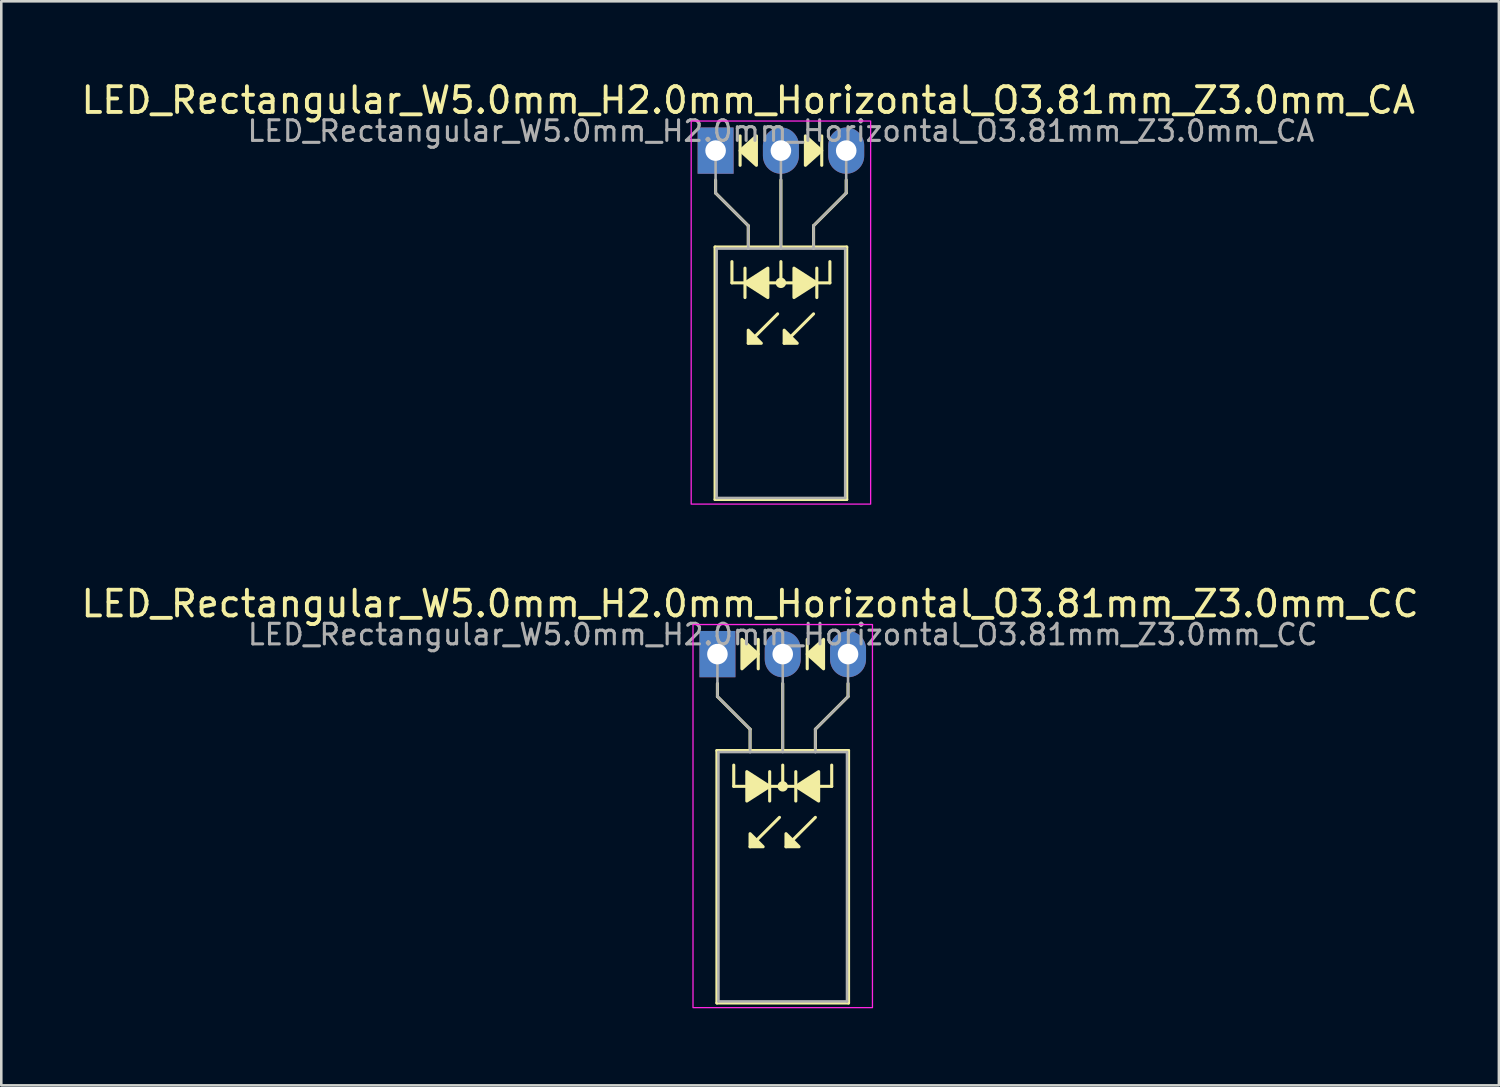
<source format=kicad_pcb>
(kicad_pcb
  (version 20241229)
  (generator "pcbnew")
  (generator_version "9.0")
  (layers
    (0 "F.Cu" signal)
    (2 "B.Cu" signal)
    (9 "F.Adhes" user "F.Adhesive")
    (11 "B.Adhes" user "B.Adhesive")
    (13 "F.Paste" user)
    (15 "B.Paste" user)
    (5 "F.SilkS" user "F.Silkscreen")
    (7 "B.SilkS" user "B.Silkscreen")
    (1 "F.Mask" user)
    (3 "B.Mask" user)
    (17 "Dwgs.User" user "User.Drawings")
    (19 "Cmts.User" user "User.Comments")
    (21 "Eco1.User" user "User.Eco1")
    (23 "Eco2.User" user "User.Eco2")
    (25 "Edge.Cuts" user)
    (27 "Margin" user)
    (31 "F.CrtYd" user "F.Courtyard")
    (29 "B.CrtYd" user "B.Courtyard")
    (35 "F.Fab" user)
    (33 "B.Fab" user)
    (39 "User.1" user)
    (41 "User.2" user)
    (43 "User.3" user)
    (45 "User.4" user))
  (footprint "LED_Rectangular_W5.0mm_H2.0mm_Horizontal_O3.81mm_Z3.0mm_CA"
    (layer "F.Cu")
    (at 24.784 2.808)
    (property "Reference" "LED_Rectangular_W5.0mm_H2.0mm_Horizontal_O3.81mm_Z3.0mm_CA" (at 1.27 -1.96 0) (layer "F.SilkS") (effects (font (size 1 1) (thickness 0.15))))
    (fp_line (start -0.02 3.75) (end -0.02 13.57) (stroke (width 0.12) (type solid)) (layer "F.SilkS"))
    (fp_line (start -0.02 13.57) (end 5.1 13.57) (stroke (width 0.12) (type solid)) (layer "F.SilkS"))
    (fp_line (start 0 1.143) (end 0 1.651) (stroke (width 0.12) (type default)) (layer "F.SilkS"))
    (fp_line (start 0 1.651) (end 1.27 2.921) (stroke (width 0.12) (type default)) (layer "F.SilkS"))
    (fp_line (start 0.635 5.144) (end 0.635 4.318) (stroke (width 0.12) (type default)) (layer "F.SilkS"))
    (fp_line (start 0.635 5.144) (end 4.445 5.144) (stroke (width 0.12) (type default)) (layer "F.SilkS"))
    (fp_line (start 0.953 -0.572) (end 0.953 0.572) (stroke (width 0.12) (type solid)) (layer "F.SilkS"))
    (fp_line (start 1.143 4.572) (end 1.143 5.715) (stroke (width 0.12) (type solid)) (layer "F.SilkS"))
    (fp_line (start 1.27 2.921) (end 1.27 3.75) (stroke (width 0.12) (type default)) (layer "F.SilkS"))
    (fp_line (start 1.27 3.75) (end 1.27 3.75) (stroke (width 0.12) (type solid)) (layer "F.SilkS"))
    (fp_line (start 2.413 6.35) (end 1.27 7.493) (stroke (width 0.12) (type solid)) (layer "F.SilkS"))
    (fp_line (start 2.54 3.75) (end 2.54 1.143) (stroke (width 0.12) (type default)) (layer "F.SilkS"))
    (fp_line (start 2.54 5.144) (end 2.54 4.318) (stroke (width 0.12) (type default)) (layer "F.SilkS"))
    (fp_line (start 3.81 2.921) (end 3.81 3.75) (stroke (width 0.12) (type default)) (layer "F.SilkS"))
    (fp_line (start 3.81 3.75) (end 3.81 3.75) (stroke (width 0.12) (type solid)) (layer "F.SilkS"))
    (fp_line (start 3.81 6.35) (end 2.667 7.493) (stroke (width 0.12) (type solid)) (layer "F.SilkS"))
    (fp_line (start 3.937 5.715) (end 3.937 4.572) (stroke (width 0.12) (type solid)) (layer "F.SilkS"))
    (fp_line (start 4.128 0.572) (end 4.128 -0.572) (stroke (width 0.12) (type solid)) (layer "F.SilkS"))
    (fp_line (start 4.445 5.144) (end 4.445 4.318) (stroke (width 0.12) (type default)) (layer "F.SilkS"))
    (fp_line (start 5.08 1.143) (end 5.08 1.651) (stroke (width 0.12) (type default)) (layer "F.SilkS"))
    (fp_line (start 5.08 1.651) (end 3.81 2.921) (stroke (width 0.12) (type default)) (layer "F.SilkS"))
    (fp_line (start 5.1 3.75) (end -0.02 3.75) (stroke (width 0.12) (type solid)) (layer "F.SilkS"))
    (fp_line (start 5.1 13.57) (end 5.1 3.75) (stroke (width 0.12) (type solid)) (layer "F.SilkS"))
    (fp_circle (center 2.54 5.144) (end 2.682 5.144) (stroke (width 0.12) (type solid)) (fill yes) (layer "F.SilkS"))
    (fp_poly (pts (xy 1.27 6.985) (xy 1.778 7.493) (xy 1.27 7.493)) (stroke (width 0.12) (type solid)) (fill yes) (layer "F.SilkS"))
    (fp_poly (pts (xy 1.587 0.572) (xy 0.953 0) (xy 1.587 -0.572)) (stroke (width 0.12) (type solid)) (fill yes) (layer "F.SilkS"))
    (fp_poly (pts (xy 2.032 5.715) (xy 1.143 5.144) (xy 2.032 4.572)) (stroke (width 0.12) (type solid)) (fill yes) (layer "F.SilkS"))
    (fp_poly (pts (xy 2.667 6.985) (xy 3.175 7.493) (xy 2.667 7.493)) (stroke (width 0.12) (type solid)) (fill yes) (layer "F.SilkS"))
    (fp_poly (pts (xy 3.048 4.572) (xy 3.937 5.144) (xy 3.048 5.715)) (stroke (width 0.12) (type solid)) (fill yes) (layer "F.SilkS"))
    (fp_poly (pts (xy 3.493 -0.572) (xy 4.128 0) (xy 3.493 0.572)) (stroke (width 0.12) (type solid)) (fill yes) (layer "F.SilkS"))
    (fp_rect (start -0.95 -1.15) (end 6.03 13.75) (stroke (width 0.05) (type default)) (fill no) (layer "F.CrtYd"))
    (fp_line (start 0 0) (end 0 0) (stroke (width 0.1) (type solid)) (layer "F.Fab"))
    (fp_line (start 0 1.651) (end 0 0) (stroke (width 0.1) (type default)) (layer "F.Fab"))
    (fp_line (start 0.04 3.81) (end 0.04 13.51) (stroke (width 0.1) (type solid)) (layer "F.Fab"))
    (fp_line (start 0.04 13.51) (end 5.04 13.51) (stroke (width 0.1) (type solid)) (layer "F.Fab"))
    (fp_line (start 1.27 2.921) (end 0 1.651) (stroke (width 0.1) (type default)) (layer "F.Fab"))
    (fp_line (start 1.27 2.921) (end 1.27 3.81) (stroke (width 0.1) (type default)) (layer "F.Fab"))
    (fp_line (start 1.27 3.81) (end 1.27 3.81) (stroke (width 0.1) (type solid)) (layer "F.Fab"))
    (fp_line (start 2.54 0) (end 2.54 0) (stroke (width 0.1) (type solid)) (layer "F.Fab"))
    (fp_line (start 2.54 0) (end 2.54 3.81) (stroke (width 0.1) (type default)) (layer "F.Fab"))
    (fp_line (start 3.81 2.921) (end 3.81 3.81) (stroke (width 0.1) (type default)) (layer "F.Fab"))
    (fp_line (start 3.81 2.921) (end 5.08 1.651) (stroke (width 0.1) (type default)) (layer "F.Fab"))
    (fp_line (start 3.81 3.81) (end 3.81 3.81) (stroke (width 0.1) (type solid)) (layer "F.Fab"))
    (fp_line (start 5.04 3.81) (end 0.04 3.81) (stroke (width 0.1) (type solid)) (layer "F.Fab"))
    (fp_line (start 5.04 13.51) (end 5.04 3.81) (stroke (width 0.1) (type solid)) (layer "F.Fab"))
    (fp_line (start 5.08 1.651) (end 5.08 0) (stroke (width 0.1) (type default)) (layer "F.Fab"))
    (fp_text user "${REFERENCE}" (at 2.54 -0.762 0) (layer "F.Fab") (effects (font (size 0.8 0.8) (thickness 0.12))))
    (pad "1" thru_hole rect (at 0 0) (size 1.4 1.8) (drill 0.8) (layers "*.Cu" "*.Mask"))
    (pad "2" thru_hole oval (at 2.54 0) (size 1.4 1.8) (drill 0.8) (layers "*.Cu" "*.Mask"))
    (pad "3" thru_hole oval (at 5.08 0) (size 1.4 1.8) (drill 0.8) (layers "*.Cu" "*.Mask")))
  (footprint "LED_Rectangular_W5.0mm_H2.0mm_Horizontal_O3.81mm_Z3.0mm_CC"
    (layer "F.Cu")
    (at 24.855 22.392)
    (property "Reference" "LED_Rectangular_W5.0mm_H2.0mm_Horizontal_O3.81mm_Z3.0mm_CC" (at 1.27 -1.96 0) (layer "F.SilkS") (effects (font (size 1 1) (thickness 0.15))))
    (fp_line (start -0.02 3.75) (end -0.02 13.57) (stroke (width 0.12) (type solid)) (layer "F.SilkS"))
    (fp_line (start -0.02 13.57) (end 5.1 13.57) (stroke (width 0.12) (type solid)) (layer "F.SilkS"))
    (fp_line (start 0 1.143) (end 0 1.651) (stroke (width 0.12) (type default)) (layer "F.SilkS"))
    (fp_line (start 0 1.651) (end 1.27 2.921) (stroke (width 0.12) (type default)) (layer "F.SilkS"))
    (fp_line (start 0.635 5.144) (end 0.635 4.318) (stroke (width 0.12) (type default)) (layer "F.SilkS"))
    (fp_line (start 0.635 5.144) (end 4.445 5.144) (stroke (width 0.12) (type default)) (layer "F.SilkS"))
    (fp_line (start 1.27 2.921) (end 1.27 3.75) (stroke (width 0.12) (type default)) (layer "F.SilkS"))
    (fp_line (start 1.27 3.75) (end 1.27 3.75) (stroke (width 0.12) (type solid)) (layer "F.SilkS"))
    (fp_line (start 1.587 0.572) (end 1.587 -0.572) (stroke (width 0.12) (type solid)) (layer "F.SilkS"))
    (fp_line (start 2.032 5.715) (end 2.032 4.572) (stroke (width 0.12) (type solid)) (layer "F.SilkS"))
    (fp_line (start 2.413 6.35) (end 1.27 7.493) (stroke (width 0.12) (type solid)) (layer "F.SilkS"))
    (fp_line (start 2.54 3.75) (end 2.54 1.143) (stroke (width 0.12) (type default)) (layer "F.SilkS"))
    (fp_line (start 2.54 5.144) (end 2.54 4.318) (stroke (width 0.12) (type default)) (layer "F.SilkS"))
    (fp_line (start 3.048 4.572) (end 3.048 5.715) (stroke (width 0.12) (type solid)) (layer "F.SilkS"))
    (fp_line (start 3.493 -0.572) (end 3.493 0.572) (stroke (width 0.12) (type solid)) (layer "F.SilkS"))
    (fp_line (start 3.81 2.921) (end 3.81 3.75) (stroke (width 0.12) (type default)) (layer "F.SilkS"))
    (fp_line (start 3.81 3.75) (end 3.81 3.75) (stroke (width 0.12) (type solid)) (layer "F.SilkS"))
    (fp_line (start 3.81 6.35) (end 2.667 7.493) (stroke (width 0.12) (type solid)) (layer "F.SilkS"))
    (fp_line (start 4.445 5.144) (end 4.445 4.318) (stroke (width 0.12) (type default)) (layer "F.SilkS"))
    (fp_line (start 5.08 1.143) (end 5.08 1.651) (stroke (width 0.12) (type default)) (layer "F.SilkS"))
    (fp_line (start 5.08 1.651) (end 3.81 2.921) (stroke (width 0.12) (type default)) (layer "F.SilkS"))
    (fp_line (start 5.1 3.75) (end -0.02 3.75) (stroke (width 0.12) (type solid)) (layer "F.SilkS"))
    (fp_line (start 5.1 13.57) (end 5.1 3.75) (stroke (width 0.12) (type solid)) (layer "F.SilkS"))
    (fp_circle (center 2.54 5.144) (end 2.682 5.144) (stroke (width 0.12) (type solid)) (fill yes) (layer "F.SilkS"))
    (fp_poly (pts (xy 0.953 -0.572) (xy 1.587 0) (xy 0.953 0.572)) (stroke (width 0.12) (type solid)) (fill yes) (layer "F.SilkS"))
    (fp_poly (pts (xy 1.143 4.572) (xy 2.032 5.144) (xy 1.143 5.715)) (stroke (width 0.12) (type solid)) (fill yes) (layer "F.SilkS"))
    (fp_poly (pts (xy 1.27 6.985) (xy 1.778 7.493) (xy 1.27 7.493)) (stroke (width 0.12) (type solid)) (fill yes) (layer "F.SilkS"))
    (fp_poly (pts (xy 2.667 6.985) (xy 3.175 7.493) (xy 2.667 7.493)) (stroke (width 0.12) (type solid)) (fill yes) (layer "F.SilkS"))
    (fp_poly (pts (xy 3.937 5.715) (xy 3.048 5.144) (xy 3.937 4.572)) (stroke (width 0.12) (type solid)) (fill yes) (layer "F.SilkS"))
    (fp_poly (pts (xy 4.128 0.572) (xy 3.493 0) (xy 4.128 -0.572)) (stroke (width 0.12) (type solid)) (fill yes) (layer "F.SilkS"))
    (fp_rect (start -0.95 -1.15) (end 6.03 13.75) (stroke (width 0.05) (type default)) (fill no) (layer "F.CrtYd"))
    (fp_line (start 0 0) (end 0 0) (stroke (width 0.1) (type solid)) (layer "F.Fab"))
    (fp_line (start 0 1.651) (end 0 0) (stroke (width 0.1) (type default)) (layer "F.Fab"))
    (fp_line (start 0.04 3.81) (end 0.04 13.51) (stroke (width 0.1) (type solid)) (layer "F.Fab"))
    (fp_line (start 0.04 13.51) (end 5.04 13.51) (stroke (width 0.1) (type solid)) (layer "F.Fab"))
    (fp_line (start 1.27 2.921) (end 0 1.651) (stroke (width 0.1) (type default)) (layer "F.Fab"))
    (fp_line (start 1.27 2.921) (end 1.27 3.81) (stroke (width 0.1) (type default)) (layer "F.Fab"))
    (fp_line (start 1.27 3.81) (end 1.27 3.81) (stroke (width 0.1) (type solid)) (layer "F.Fab"))
    (fp_line (start 2.54 0) (end 2.54 0) (stroke (width 0.1) (type solid)) (layer "F.Fab"))
    (fp_line (start 2.54 0) (end 2.54 3.81) (stroke (width 0.1) (type default)) (layer "F.Fab"))
    (fp_line (start 3.81 2.921) (end 3.81 3.81) (stroke (width 0.1) (type default)) (layer "F.Fab"))
    (fp_line (start 3.81 2.921) (end 5.08 1.651) (stroke (width 0.1) (type default)) (layer "F.Fab"))
    (fp_line (start 3.81 3.81) (end 3.81 3.81) (stroke (width 0.1) (type solid)) (layer "F.Fab"))
    (fp_line (start 5.04 3.81) (end 0.04 3.81) (stroke (width 0.1) (type solid)) (layer "F.Fab"))
    (fp_line (start 5.04 13.51) (end 5.04 3.81) (stroke (width 0.1) (type solid)) (layer "F.Fab"))
    (fp_line (start 5.08 1.651) (end 5.08 0) (stroke (width 0.1) (type default)) (layer "F.Fab"))
    (fp_text user "${REFERENCE}" (at 2.54 -0.762 0) (layer "F.Fab") (effects (font (size 0.8 0.8) (thickness 0.12))))
    (pad "1" thru_hole rect (at 0 0) (size 1.4 1.8) (drill 0.8) (layers "*.Cu" "*.Mask"))
    (pad "2" thru_hole oval (at 2.54 0) (size 1.4 1.8) (drill 0.8) (layers "*.Cu" "*.Mask"))
    (pad "3" thru_hole oval (at 5.08 0) (size 1.4 1.8) (drill 0.8) (layers "*.Cu" "*.Mask")))
  (gr_rect
    (start -3 -3)
    (end 55.25 39.166)
    (stroke (width 0.1) (type default))
    (fill no)
    (layer "Edge.Cuts")))
</source>
